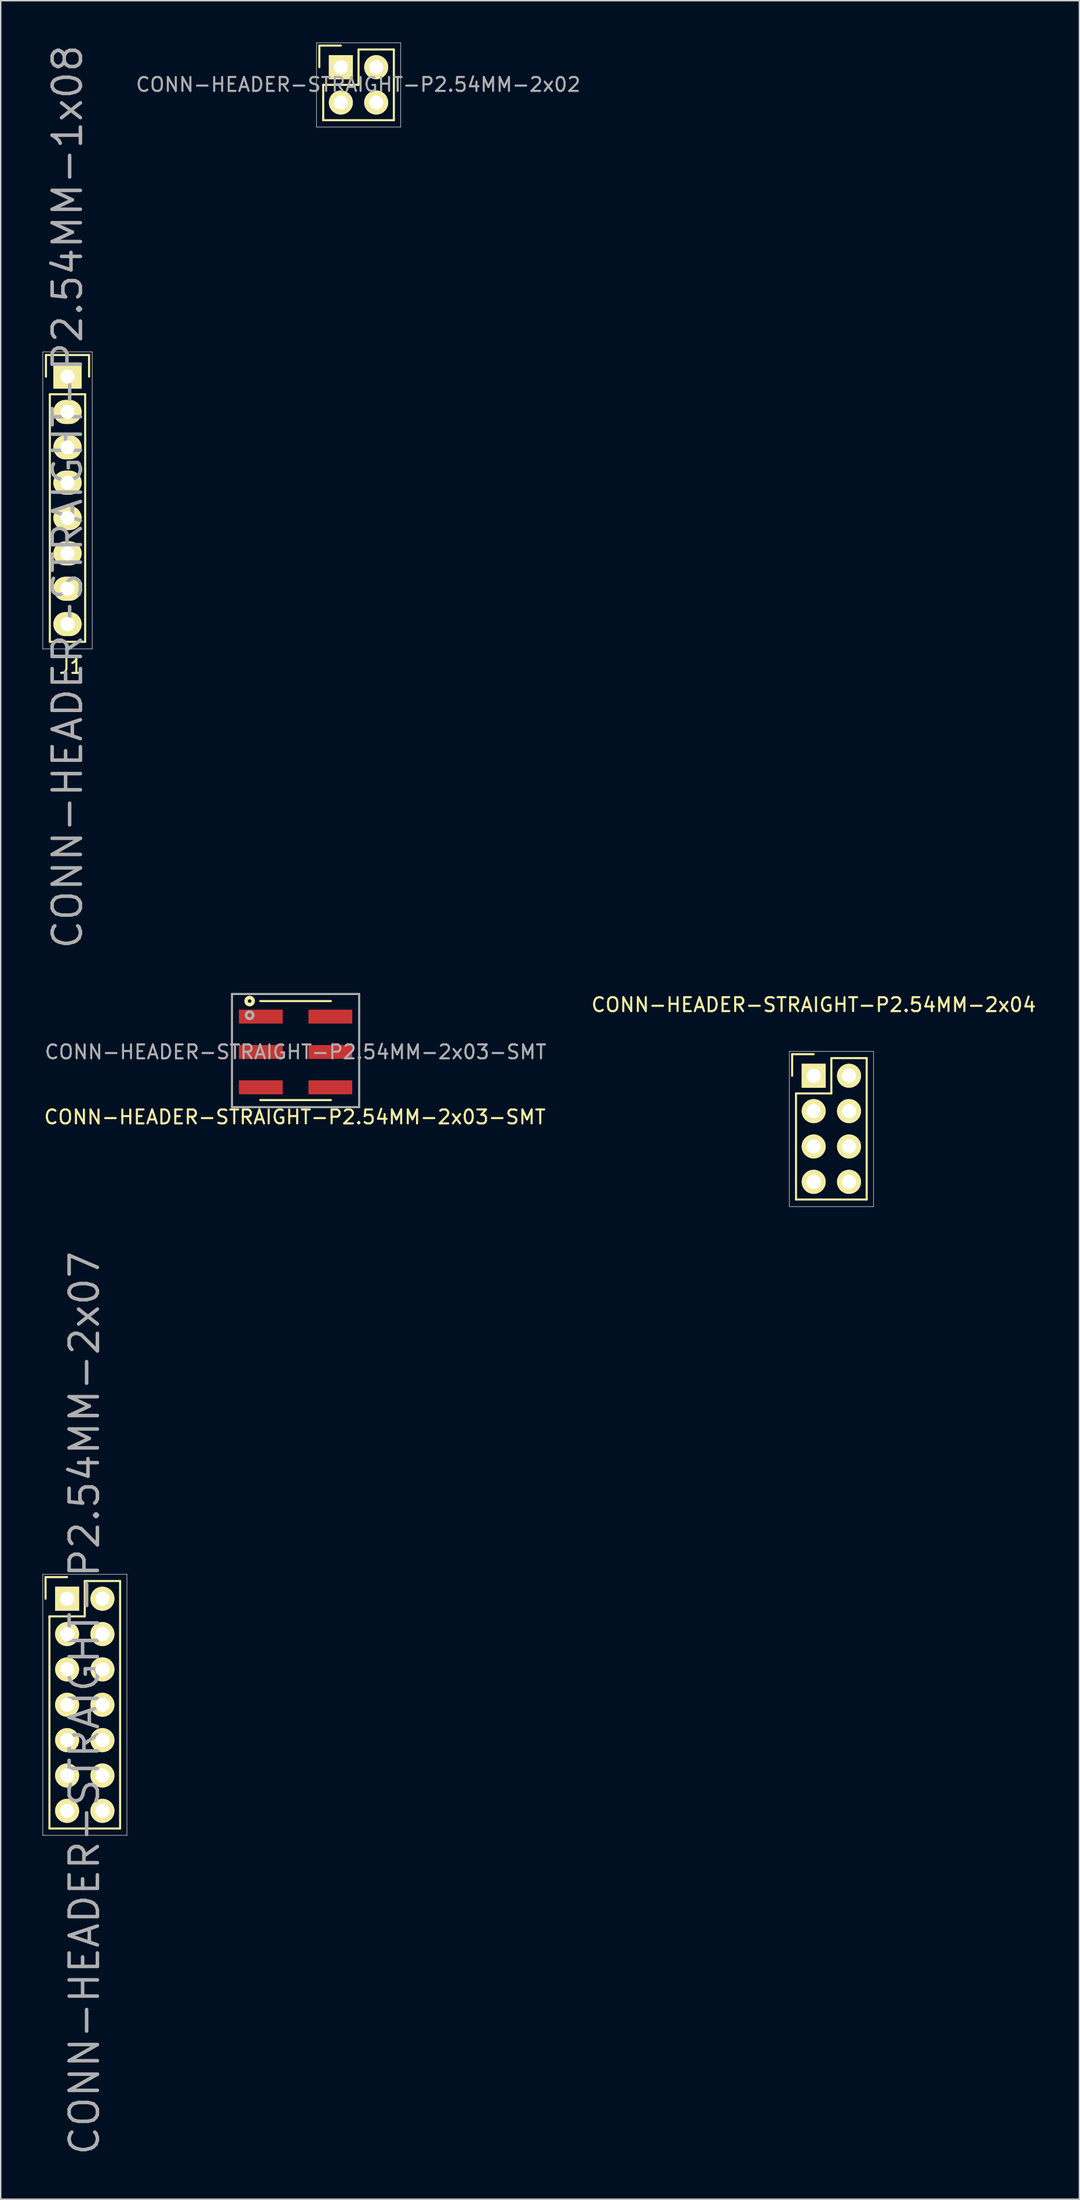
<source format=kicad_pcb>
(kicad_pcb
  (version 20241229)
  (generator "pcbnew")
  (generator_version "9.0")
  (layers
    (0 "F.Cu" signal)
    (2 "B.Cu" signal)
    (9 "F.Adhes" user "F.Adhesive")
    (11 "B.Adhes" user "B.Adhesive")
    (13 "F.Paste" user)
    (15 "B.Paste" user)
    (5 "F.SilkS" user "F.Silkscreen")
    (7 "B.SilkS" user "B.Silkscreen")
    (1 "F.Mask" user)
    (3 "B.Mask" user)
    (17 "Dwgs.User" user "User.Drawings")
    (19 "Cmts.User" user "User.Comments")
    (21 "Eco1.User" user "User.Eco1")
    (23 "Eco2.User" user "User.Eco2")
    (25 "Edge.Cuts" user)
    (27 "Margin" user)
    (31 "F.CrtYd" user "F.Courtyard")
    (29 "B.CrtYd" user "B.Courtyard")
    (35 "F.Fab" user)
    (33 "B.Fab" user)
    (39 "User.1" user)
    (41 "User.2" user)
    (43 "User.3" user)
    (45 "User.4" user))
  (footprint "CONN-HEADER-STRAIGHT-P2.54MM-2x04"
    (layer "F.Cu")
    (at 55.451 74.231)
    (property "Reference" "CONN-HEADER-STRAIGHT-P2.54MM-2x04" (at 0 -5.1 0) (layer "F.SilkS") (effects (font (size 1 1) (thickness 0.15))))
    (attr smd)
    (fp_line (start -1.55 -1.55) (end -1.55 0) (stroke (width 0.15) (type solid)) (layer "F.SilkS"))
    (fp_line (start -1.27 1.27) (end -1.27 8.89) (stroke (width 0.15) (type solid)) (layer "F.SilkS"))
    (fp_line (start -1.27 8.89) (end 3.81 8.89) (stroke (width 0.15) (type solid)) (layer "F.SilkS"))
    (fp_line (start 0 -1.55) (end -1.55 -1.55) (stroke (width 0.15) (type solid)) (layer "F.SilkS"))
    (fp_line (start 1.27 -1.27) (end 1.27 1.27) (stroke (width 0.15) (type solid)) (layer "F.SilkS"))
    (fp_line (start 1.27 1.27) (end -1.27 1.27) (stroke (width 0.15) (type solid)) (layer "F.SilkS"))
    (fp_line (start 3.81 -1.27) (end 1.27 -1.27) (stroke (width 0.15) (type solid)) (layer "F.SilkS"))
    (fp_line (start 3.81 8.89) (end 3.81 -1.27) (stroke (width 0.15) (type solid)) (layer "F.SilkS"))
    (fp_line (start -1.75 -1.75) (end -1.75 9.4) (stroke (width 0.05) (type solid)) (layer "F.Fab"))
    (fp_line (start -1.75 -1.75) (end 4.3 -1.75) (stroke (width 0.05) (type solid)) (layer "F.Fab"))
    (fp_line (start -1.75 9.4) (end 4.3 9.4) (stroke (width 0.05) (type solid)) (layer "F.Fab"))
    (fp_line (start 4.3 -1.75) (end 4.3 9.4) (stroke (width 0.05) (type solid)) (layer "F.Fab"))
    (pad "1" thru_hole rect (at 0 0) (size 1.727 1.727) (drill 1.016) (layers "*.Cu" "*.Mask" "F.SilkS"))
    (pad "2" thru_hole oval (at 2.54 0) (size 1.727 1.727) (drill 1.016) (layers "*.Cu" "*.Mask" "F.SilkS"))
    (pad "3" thru_hole oval (at 0 2.54) (size 1.727 1.727) (drill 1.016) (layers "*.Cu" "*.Mask" "F.SilkS"))
    (pad "4" thru_hole oval (at 2.54 2.54) (size 1.727 1.727) (drill 1.016) (layers "*.Cu" "*.Mask" "F.SilkS"))
    (pad "5" thru_hole oval (at 0 5.08) (size 1.727 1.727) (drill 1.016) (layers "*.Cu" "*.Mask" "F.SilkS"))
    (pad "6" thru_hole oval (at 2.54 5.08) (size 1.727 1.727) (drill 1.016) (layers "*.Cu" "*.Mask" "F.SilkS"))
    (pad "7" thru_hole oval (at 0 7.62) (size 1.727 1.727) (drill 1.016) (layers "*.Cu" "*.Mask" "F.SilkS"))
    (pad "8" thru_hole oval (at 2.54 7.62) (size 1.727 1.727) (drill 1.016) (layers "*.Cu" "*.Mask" "F.SilkS")))
  (footprint "CONN-HEADER-STRAIGHT-P2.54MM-2x03-SMT"
    (layer "F.Cu")
    (at 18.201 72.523)
    (property "Reference" "CONN-HEADER-STRAIGHT-P2.54MM-2x03-SMT" (at 0 0 180) (layer "F.Fab") (effects (font (size 1 1) (thickness 0.15))))
    (attr smd)
    (fp_line (start 2.539 -3.657) (end -2.541 -3.657) (stroke (width 0.15) (type solid)) (layer "F.SilkS"))
    (fp_line (start 2.539 3.455) (end -2.541 3.455) (stroke (width 0.15) (type solid)) (layer "F.SilkS"))
    (fp_circle (center -3.303 -3.657) (end -3.303 -3.403) (stroke (width 0.254) (type solid)) (fill no) (layer "F.SilkS"))
    (fp_line (start -4.573 -4.165) (end 4.571 -4.165) (stroke (width 0.15) (type solid)) (layer "F.Fab"))
    (fp_line (start -4.573 3.963) (end -4.573 -4.165) (stroke (width 0.15) (type solid)) (layer "F.Fab"))
    (fp_line (start 4.571 -4.165) (end 4.571 3.963) (stroke (width 0.15) (type solid)) (layer "F.Fab"))
    (fp_line (start 4.571 3.963) (end -4.573 3.963) (stroke (width 0.15) (type solid)) (layer "F.Fab"))
    (fp_circle (center -3.303 -2.641) (end -3.303 -2.387) (stroke (width 0.2) (type solid)) (fill no) (layer "F.Fab"))
    (fp_text user "${REFERENCE}" (at -0.052 4.674 0) (layer "F.SilkS") (effects (font (size 1 1) (thickness 0.15))))
    (pad "1" smd rect (at -2.5 -2.54 90) (size 1 3.15) (layers "F.Cu" "F.Mask" "F.Paste"))
    (pad "2" smd rect (at 2.5 -2.54 90) (size 1 3.15) (layers "F.Cu" "F.Mask" "F.Paste"))
    (pad "3" smd rect (at -2.5 0 90) (size 1 3.15) (layers "F.Cu" "F.Mask" "F.Paste"))
    (pad "4" smd rect (at 2.5 0 90) (size 1 3.15) (layers "F.Cu" "F.Mask" "F.Paste"))
    (pad "5" smd rect (at -2.5 2.54 90) (size 1 3.15) (layers "F.Cu" "F.Mask" "F.Paste"))
    (pad "6" smd rect (at 2.5 2.54 90) (size 1 3.15) (layers "F.Cu" "F.Mask" "F.Paste")))
  (footprint "CONN-HEADER-STRAIGHT-P2.54MM-2x07"
    (layer "F.Cu")
    (at 1.775 111.798)
    (property "Reference" "CONN-HEADER-STRAIGHT-P2.54MM-2x07" (at 1.25 7.5 90) (layer "F.Fab") (effects (font (size 2.032 2.032) (thickness 0.254))))
    (attr smd)
    (fp_line (start -1.55 -1.55) (end -1.55 0) (stroke (width 0.15) (type solid)) (layer "F.SilkS"))
    (fp_line (start -1.27 1.27) (end -1.27 16.51) (stroke (width 0.15) (type solid)) (layer "F.SilkS"))
    (fp_line (start 0 -1.55) (end -1.55 -1.55) (stroke (width 0.15) (type solid)) (layer "F.SilkS"))
    (fp_line (start 1.27 -1.27) (end 1.27 1.27) (stroke (width 0.15) (type solid)) (layer "F.SilkS"))
    (fp_line (start 1.27 1.27) (end -1.27 1.27) (stroke (width 0.15) (type solid)) (layer "F.SilkS"))
    (fp_line (start 3.81 -1.27) (end 1.27 -1.27) (stroke (width 0.15) (type solid)) (layer "F.SilkS"))
    (fp_line (start 3.81 16.51) (end -1.27 16.51) (stroke (width 0.15) (type solid)) (layer "F.SilkS"))
    (fp_line (start 3.81 16.51) (end 3.81 -1.27) (stroke (width 0.15) (type solid)) (layer "F.SilkS"))
    (fp_line (start -1.75 -1.75) (end -1.75 17) (stroke (width 0.05) (type solid)) (layer "F.Fab"))
    (fp_line (start -1.75 -1.75) (end 4.3 -1.75) (stroke (width 0.05) (type solid)) (layer "F.Fab"))
    (fp_line (start -1.75 17) (end 4.3 17) (stroke (width 0.05) (type solid)) (layer "F.Fab"))
    (fp_line (start 4.3 -1.75) (end 4.3 17) (stroke (width 0.05) (type solid)) (layer "F.Fab"))
    (pad "1" thru_hole rect (at 0 0) (size 1.727 1.727) (drill 1.016) (layers "*.Cu" "*.Mask" "F.SilkS"))
    (pad "2" thru_hole oval (at 2.54 0) (size 1.727 1.727) (drill 1.016) (layers "*.Cu" "*.Mask" "F.SilkS"))
    (pad "3" thru_hole oval (at 0 2.54) (size 1.727 1.727) (drill 1.016) (layers "*.Cu" "*.Mask" "F.SilkS"))
    (pad "4" thru_hole oval (at 2.54 2.54) (size 1.727 1.727) (drill 1.016) (layers "*.Cu" "*.Mask" "F.SilkS"))
    (pad "5" thru_hole oval (at 0 5.08) (size 1.727 1.727) (drill 1.016) (layers "*.Cu" "*.Mask" "F.SilkS"))
    (pad "6" thru_hole oval (at 2.54 5.08) (size 1.727 1.727) (drill 1.016) (layers "*.Cu" "*.Mask" "F.SilkS"))
    (pad "7" thru_hole oval (at 0 7.62) (size 1.727 1.727) (drill 1.016) (layers "*.Cu" "*.Mask" "F.SilkS"))
    (pad "8" thru_hole oval (at 2.54 7.62) (size 1.727 1.727) (drill 1.016) (layers "*.Cu" "*.Mask" "F.SilkS"))
    (pad "9" thru_hole oval (at 0 10.16) (size 1.727 1.727) (drill 1.016) (layers "*.Cu" "*.Mask" "F.SilkS"))
    (pad "10" thru_hole oval (at 2.54 10.16) (size 1.727 1.727) (drill 1.016) (layers "*.Cu" "*.Mask" "F.SilkS"))
    (pad "11" thru_hole oval (at 0 12.7) (size 1.727 1.727) (drill 1.016) (layers "*.Cu" "*.Mask" "F.SilkS"))
    (pad "12" thru_hole oval (at 2.54 12.7) (size 1.727 1.727) (drill 1.016) (layers "*.Cu" "*.Mask" "F.SilkS"))
    (pad "13" thru_hole oval (at 0 15.24) (size 1.727 1.727) (drill 1.016) (layers "*.Cu" "*.Mask" "F.SilkS"))
    (pad "14" thru_hole oval (at 2.54 15.24) (size 1.727 1.727) (drill 1.016) (layers "*.Cu" "*.Mask" "F.SilkS")))
  (footprint "CONN-HEADER-STRAIGHT-P2.54MM-1x08"
    (layer "F.Cu")
    (at 1.803 32.895)
    (property "Reference" "CONN-HEADER-STRAIGHT-P2.54MM-1x08" (at 0 -0.254 90) (layer "F.Fab") (effects (font (size 2.032 2.032) (thickness 0.254))))
    (attr smd)
    (fp_line (start -1.55 -10.44) (end 1.55 -10.44) (stroke (width 0.15) (type solid)) (layer "F.SilkS"))
    (fp_line (start -1.55 -8.89) (end -1.55 -10.44) (stroke (width 0.15) (type solid)) (layer "F.SilkS"))
    (fp_line (start -1.27 10.16) (end -1.27 -7.62) (stroke (width 0.15) (type solid)) (layer "F.SilkS"))
    (fp_line (start 1.27 -7.62) (end -1.27 -7.62) (stroke (width 0.15) (type solid)) (layer "F.SilkS"))
    (fp_line (start 1.27 -7.62) (end 1.27 10.16) (stroke (width 0.15) (type solid)) (layer "F.SilkS"))
    (fp_line (start 1.27 10.16) (end -1.27 10.16) (stroke (width 0.15) (type solid)) (layer "F.SilkS"))
    (fp_line (start 1.55 -10.44) (end 1.55 -8.89) (stroke (width 0.15) (type solid)) (layer "F.SilkS"))
    (fp_line (start -1.778 -10.668) (end 1.778 -10.668) (stroke (width 0.05) (type solid)) (layer "F.Fab"))
    (fp_line (start -1.778 10.668) (end -1.778 -10.668) (stroke (width 0.05) (type solid)) (layer "F.Fab"))
    (fp_line (start 1.778 -10.668) (end 1.778 10.668) (stroke (width 0.05) (type solid)) (layer "F.Fab"))
    (fp_line (start 1.778 10.668) (end -1.778 10.668) (stroke (width 0.05) (type solid)) (layer "F.Fab"))
    (fp_text user "J1" (at 0.254 11.938 0) (layer "F.SilkS") (effects (font (size 1 1) (thickness 0.15))))
    (pad "1" thru_hole rect (at 0 -8.89) (size 2.032 1.727) (drill 1.016) (layers "*.Cu" "*.Mask" "F.SilkS"))
    (pad "2" thru_hole oval (at 0 -6.35) (size 2.032 1.727) (drill 1.016) (layers "*.Cu" "*.Mask" "F.SilkS"))
    (pad "3" thru_hole oval (at 0 -3.81) (size 2.032 1.727) (drill 1.016) (layers "*.Cu" "*.Mask" "F.SilkS"))
    (pad "4" thru_hole oval (at 0 -1.27) (size 2.032 1.727) (drill 1.016) (layers "*.Cu" "*.Mask" "F.SilkS"))
    (pad "5" thru_hole oval (at 0 1.27) (size 2.032 1.727) (drill 1.016) (layers "*.Cu" "*.Mask" "F.SilkS"))
    (pad "6" thru_hole oval (at 0 3.81) (size 2.032 1.727) (drill 1.016) (layers "*.Cu" "*.Mask" "F.SilkS"))
    (pad "7" thru_hole oval (at 0 6.35) (size 2.032 1.727) (drill 1.016) (layers "*.Cu" "*.Mask" "F.SilkS"))
    (pad "8" thru_hole oval (at 0 8.89) (size 2.032 1.727) (drill 1.016) (layers "*.Cu" "*.Mask" "F.SilkS")))
  (footprint "CONN-HEADER-STRAIGHT-P2.54MM-2x02"
    (layer "F.Cu")
    (at 21.457 1.775)
    (property "Reference" "CONN-HEADER-STRAIGHT-P2.54MM-2x02" (at 1.25 1.25 0) (layer "F.Fab") (effects (font (size 1 1) (thickness 0.15))))
    (attr smd)
    (fp_line (start -1.55 0) (end -1.55 -1.55) (stroke (width 0.15) (type solid)) (layer "F.SilkS"))
    (fp_line (start -1.27 1.27) (end 1.27 1.27) (stroke (width 0.15) (type solid)) (layer "F.SilkS"))
    (fp_line (start -1.27 3.81) (end -1.27 1.27) (stroke (width 0.15) (type solid)) (layer "F.SilkS"))
    (fp_line (start 0 -1.55) (end -1.55 -1.55) (stroke (width 0.15) (type solid)) (layer "F.SilkS"))
    (fp_line (start 1.27 -1.27) (end 3.81 -1.27) (stroke (width 0.15) (type solid)) (layer "F.SilkS"))
    (fp_line (start 1.27 1.27) (end 1.27 -1.27) (stroke (width 0.15) (type solid)) (layer "F.SilkS"))
    (fp_line (start 3.81 -1.27) (end 3.81 3.81) (stroke (width 0.15) (type solid)) (layer "F.SilkS"))
    (fp_line (start 3.81 3.81) (end -1.27 3.81) (stroke (width 0.15) (type solid)) (layer "F.SilkS"))
    (fp_line (start -1.75 -1.75) (end -1.75 4.3) (stroke (width 0.05) (type solid)) (layer "F.Fab"))
    (fp_line (start -1.75 -1.75) (end 4.3 -1.75) (stroke (width 0.05) (type solid)) (layer "F.Fab"))
    (fp_line (start -1.75 4.3) (end 4.3 4.3) (stroke (width 0.05) (type solid)) (layer "F.Fab"))
    (fp_line (start 4.3 -1.75) (end 4.3 4.3) (stroke (width 0.05) (type solid)) (layer "F.Fab"))
    (pad "1" thru_hole rect (at 0 0) (size 1.727 1.727) (drill 1.016) (layers "*.Cu" "*.Mask" "F.SilkS"))
    (pad "2" thru_hole oval (at 2.54 0) (size 1.727 1.727) (drill 1.016) (layers "*.Cu" "*.Mask" "F.SilkS"))
    (pad "3" thru_hole oval (at 0 2.54) (size 1.727 1.727) (drill 1.016) (layers "*.Cu" "*.Mask" "F.SilkS"))
    (pad "4" thru_hole oval (at 2.54 2.54) (size 1.727 1.727) (drill 1.016) (layers "*.Cu" "*.Mask" "F.SilkS")))
  (gr_rect
    (start -3 -3)
    (end 74.552 154.939)
    (stroke (width 0.1) (type default))
    (fill no)
    (layer "Edge.Cuts")))
</source>
